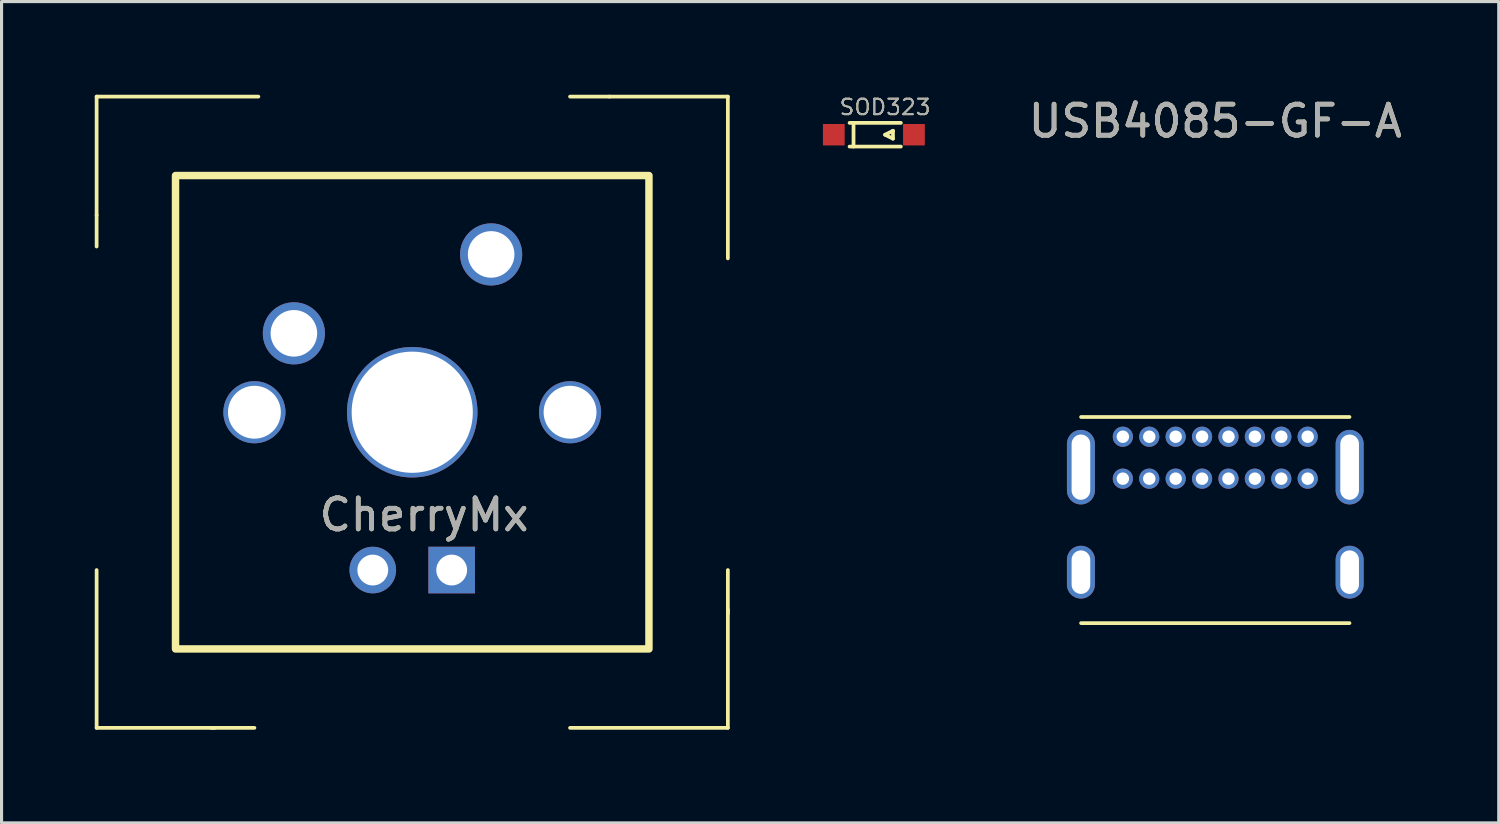
<source format=kicad_pcb>
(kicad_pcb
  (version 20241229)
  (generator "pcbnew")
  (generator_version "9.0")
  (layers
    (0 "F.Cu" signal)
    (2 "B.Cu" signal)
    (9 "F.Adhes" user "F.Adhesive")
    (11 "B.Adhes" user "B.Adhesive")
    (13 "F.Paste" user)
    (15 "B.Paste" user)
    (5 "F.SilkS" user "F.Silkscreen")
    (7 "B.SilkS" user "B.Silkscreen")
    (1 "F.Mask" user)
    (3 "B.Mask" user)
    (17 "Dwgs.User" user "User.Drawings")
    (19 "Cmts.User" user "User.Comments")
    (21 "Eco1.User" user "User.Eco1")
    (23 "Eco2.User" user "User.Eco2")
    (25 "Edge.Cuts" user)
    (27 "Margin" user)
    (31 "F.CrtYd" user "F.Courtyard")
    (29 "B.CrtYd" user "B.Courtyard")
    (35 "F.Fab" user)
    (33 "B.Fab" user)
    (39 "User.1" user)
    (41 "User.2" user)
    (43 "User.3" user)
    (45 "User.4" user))
  (footprint "USB4085-GF-A"
    (layer "F.Cu")
    (at 36.07 11.008)
    (property "Reference" "USB4085-GF-A" (at 0 -10.16 0) (unlocked yes) (layer "F.SilkS") (effects (font (size 1 1) (thickness 0.15))))
    (attr through_hole)
    (fp_line (start -4.32 -0.635) (end 4.32 -0.635) (stroke (width 0.12) (type solid)) (layer "F.SilkS"))
    (fp_line (start -4.32 6) (end 4.32 6) (stroke (width 0.12) (type solid)) (layer "F.SilkS"))
    (fp_text user "${REFERENCE}" (at 0 -10.16 0) (unlocked yes) (layer "F.Fab") (effects (font (size 1 1) (thickness 0.15))))
    (pad "A1" thru_hole circle (at -2.975 0) (size 0.65 0.65) (drill 0.4) (layers "*.Cu" "*.Mask"))
    (pad "A4" thru_hole circle (at -2.125 0) (size 0.65 0.65) (drill 0.4) (layers "*.Cu" "*.Mask"))
    (pad "A5" thru_hole circle (at -1.275 0) (size 0.65 0.65) (drill 0.4) (layers "*.Cu" "*.Mask"))
    (pad "A6" thru_hole circle (at -0.425 0) (size 0.65 0.65) (drill 0.4) (layers "*.Cu" "*.Mask"))
    (pad "A7" thru_hole circle (at 0.425 0) (size 0.65 0.65) (drill 0.4) (layers "*.Cu" "*.Mask"))
    (pad "A8" thru_hole circle (at 1.275 0) (size 0.65 0.65) (drill 0.4) (layers "*.Cu" "*.Mask"))
    (pad "A9" thru_hole circle (at 2.125 0) (size 0.65 0.65) (drill 0.4) (layers "*.Cu" "*.Mask"))
    (pad "A12" thru_hole circle (at 2.975 0) (size 0.65 0.65) (drill 0.4) (layers "*.Cu" "*.Mask"))
    (pad "B1" thru_hole circle (at 2.975 1.35) (size 0.65 0.65) (drill 0.4) (layers "*.Cu" "*.Mask"))
    (pad "B4" thru_hole circle (at 2.125 1.35) (size 0.65 0.65) (drill 0.4) (layers "*.Cu" "*.Mask"))
    (pad "B5" thru_hole circle (at 1.275 1.35) (size 0.65 0.65) (drill 0.4) (layers "*.Cu" "*.Mask"))
    (pad "B6" thru_hole circle (at 0.425 1.35) (size 0.65 0.65) (drill 0.4) (layers "*.Cu" "*.Mask"))
    (pad "B7" thru_hole circle (at -0.425 1.35) (size 0.65 0.65) (drill 0.4) (layers "*.Cu" "*.Mask"))
    (pad "B8" thru_hole circle (at -1.275 1.35) (size 0.65 0.65) (drill 0.4) (layers "*.Cu" "*.Mask"))
    (pad "B9" thru_hole circle (at -2.125 1.35) (size 0.65 0.65) (drill 0.4) (layers "*.Cu" "*.Mask"))
    (pad "B12" thru_hole circle (at -2.975 1.35) (size 0.65 0.65) (drill 0.4) (layers "*.Cu" "*.Mask"))
    (pad "SHELL" thru_hole oval (at -4.325 0.98) (size 0.9 2.4) (drill oval 0.6 2.1) (layers "*.Cu" "*.Mask"))
    (pad "SHELL" thru_hole oval (at -4.325 4.36) (size 0.9 1.7) (drill oval 0.6 1.4) (layers "*.Cu" "*.Mask"))
    (pad "SHELL" thru_hole oval (at 4.325 0.98) (size 0.9 2.4) (drill oval 0.6 2.1) (layers "*.Cu" "*.Mask"))
    (pad "SHELL" thru_hole oval (at 4.325 4.36) (size 0.9 1.7) (drill oval 0.6 1.4) (layers "*.Cu" "*.Mask")))
  (footprint "CherryMx"
    (layer "F.Cu")
    (at 10.22 10.22)
    (property "Reference" "CherryMx" (at 0.381 3.302 0) (unlocked yes) (layer "F.SilkS") (effects (font (size 1 1) (thickness 0.15))))
    (attr smd)
    (fp_line (start -10.16 -10.16) (end -4.953 -10.16) (stroke (width 0.12) (type solid)) (layer "F.SilkS"))
    (fp_line (start -10.16 -6.35) (end -10.16 -10.16) (stroke (width 0.12) (type solid)) (layer "F.SilkS"))
    (fp_line (start -10.16 -6.35) (end -10.16 -5.334) (stroke (width 0.12) (type solid)) (layer "F.SilkS"))
    (fp_line (start -10.16 10.16) (end -10.16 5.08) (stroke (width 0.12) (type solid)) (layer "F.SilkS"))
    (fp_line (start -6.477 10.16) (end -5.08 10.16) (stroke (width 0.12) (type solid)) (layer "F.SilkS"))
    (fp_line (start -6.35 10.16) (end -10.16 10.16) (stroke (width 0.12) (type solid)) (layer "F.SilkS"))
    (fp_line (start 6.35 -10.16) (end 5.08 -10.16) (stroke (width 0.12) (type solid)) (layer "F.SilkS"))
    (fp_line (start 6.35 -10.16) (end 10.16 -10.16) (stroke (width 0.12) (type solid)) (layer "F.SilkS"))
    (fp_line (start 10.16 -10.16) (end 10.16 -4.953) (stroke (width 0.12) (type solid)) (layer "F.SilkS"))
    (fp_line (start 10.16 6.35) (end 10.16 10.16) (stroke (width 0.12) (type solid)) (layer "F.SilkS"))
    (fp_line (start 10.16 6.477) (end 10.16 5.08) (stroke (width 0.12) (type solid)) (layer "F.SilkS"))
    (fp_line (start 10.16 10.16) (end 5.08 10.16) (stroke (width 0.12) (type solid)) (layer "F.SilkS"))
    (fp_rect (start -7.62 -7.62) (end 7.62 7.62) (stroke (width 0.24) (type solid)) (fill no) (layer "F.SilkS"))
    (fp_text user "${REFERENCE}" (at 0.381 3.302 0) (unlocked yes) (layer "F.Fab") (effects (font (size 1 1) (thickness 0.15))))
    (pad "" np_thru_hole circle (at -5.08 0) (size 2 2) (drill 1.702) (layers "*.Cu" "*.Mask"))
    (pad "" np_thru_hole circle (at 0 0) (size 4.2 4.2) (drill 3.9) (layers "*.Cu" "*.Mask"))
    (pad "" np_thru_hole circle (at 5.08 0) (size 2 2) (drill 1.702) (layers "*.Cu" "*.Mask"))
    (pad "1" thru_hole circle (at -3.81 -2.54) (size 2 2) (drill 1.499) (layers "*.Cu" "*.Mask"))
    (pad "2" thru_hole circle (at 2.54 -5.08) (size 2 2) (drill 1.499) (layers "*.Cu" "*.Mask"))
    (pad "3" thru_hole circle (at -1.27 5.08) (size 1.5 1.5) (drill 0.991) (layers "*.Cu" "*.Mask"))
    (pad "4" thru_hole rect (at 1.27 5.08) (size 1.5 1.5) (drill 0.991) (layers "*.Cu" "*.Mask")))
  (footprint "SOD323"
    (layer "F.Cu")
    (at 23.79 1.287)
    (property "Reference" "SOD323" (at 1.651 -0.889 0) (unlocked yes) (layer "F.SilkS") (effects (font (size 0.5 0.5) (thickness 0.06))))
    (attr smd)
    (fp_line (start 0.508 -0.381) (end 2.159 -0.381) (stroke (width 0.12) (type solid)) (layer "F.SilkS"))
    (fp_line (start 0.508 0.381) (end 2.159 0.381) (stroke (width 0.12) (type solid)) (layer "F.SilkS"))
    (fp_line (start 0.635 0.381) (end 0.635 -0.381) (stroke (width 0.12) (type solid)) (layer "F.SilkS"))
    (fp_line (start 1.651 0) (end 1.905 0.127) (stroke (width 0.12) (type solid)) (layer "F.SilkS"))
    (fp_line (start 1.905 -0.127) (end 1.651 0) (stroke (width 0.12) (type solid)) (layer "F.SilkS"))
    (fp_line (start 1.905 0.127) (end 1.905 -0.127) (stroke (width 0.12) (type solid)) (layer "F.SilkS"))
    (fp_text user "${REFERENCE}" (at 1.651 -0.889 0) (unlocked yes) (layer "F.Fab") (effects (font (size 0.5 0.5) (thickness 0.06))))
    (pad "1" smd rect (at 2.58 0) (size 0.7 0.69) (layers "F.Cu" "F.Mask" "F.Paste"))
    (pad "2" smd rect (at 0 0) (size 0.7 0.69) (layers "F.Cu" "F.Mask" "F.Paste")))
  (gr_rect
    (start -3 -3)
    (end 45.195 23.44)
    (stroke (width 0.1) (type default))
    (fill no)
    (layer "Edge.Cuts")))
</source>
